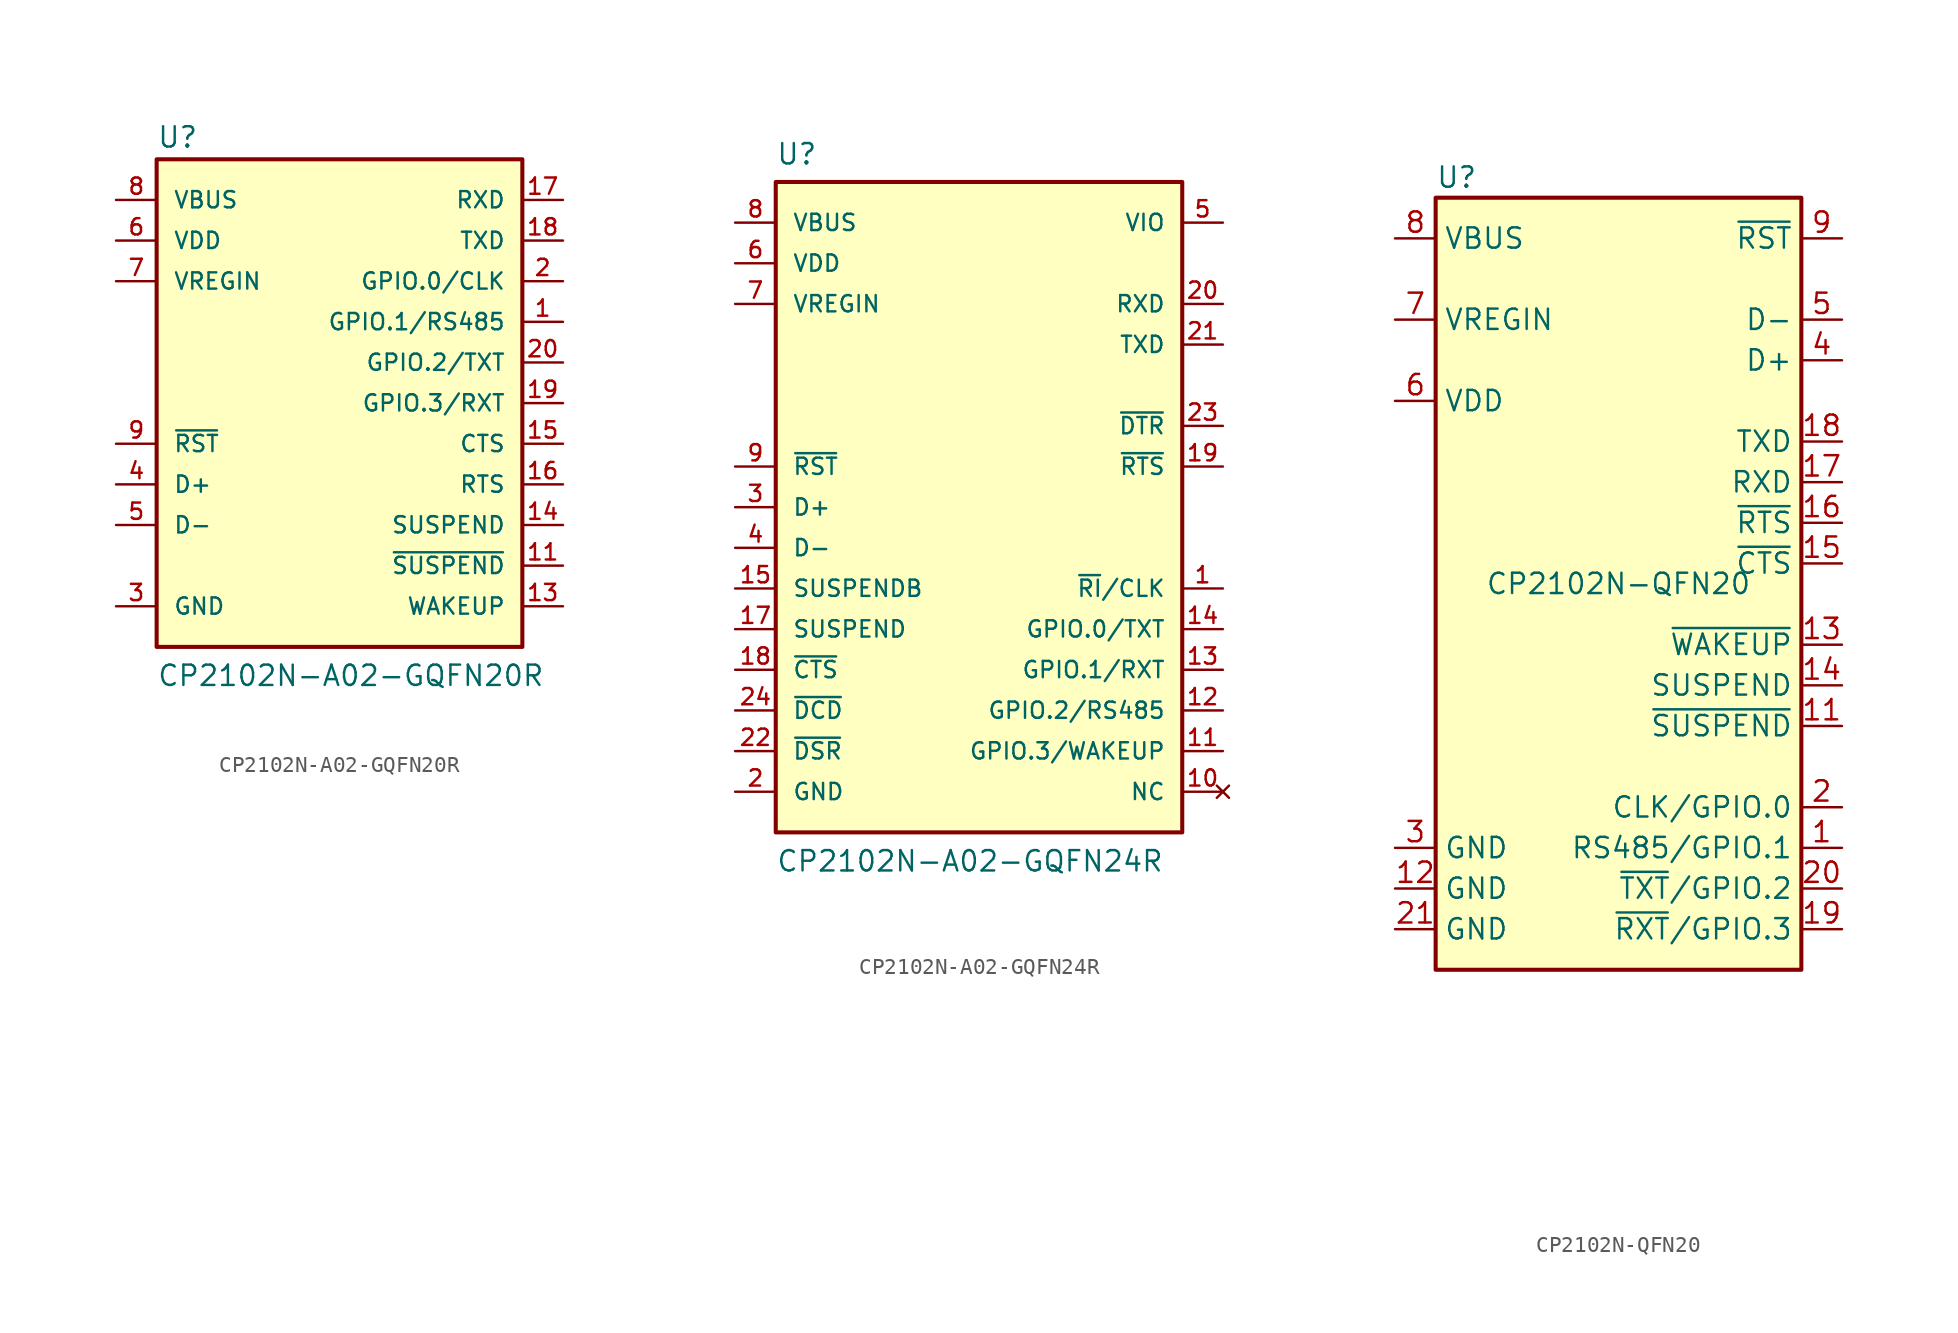
<source format=kicad_sym>
(kicad_symbol_lib
  (version 20231120)
  (generator "kicad_symbol_editor")
  (generator_version "8.0")
  (symbol "CP2102N-A02-GQFN20R"
    (pin_names
      (offset 1.016))
    (property "Reference" "U"
      (at -11.43 17.145 0)
      (do_not_autoplace)
      (effects (font (size 1.27 1.27)) (justify left bottom)))
    (property "Value" "CP2102N-A02-GQFN20R"
      (at -11.43 -16.51 0)
      (do_not_autoplace)
      (effects (font (size 1.27 1.27)) (justify left bottom)))
    (symbol "CP2102N-A02-GQFN20R_0_0"
      (rectangle (start -11.43 16.51) (end 11.43 -13.97) (stroke (width 0.254) (type default)) (fill (type background)))
      (pin bidirectional line (at 13.97 6.35 180) (length 2.54) (name "GPIO.1/RS485" (effects (font (size 1.016 1.016)))) (number "1" (effects (font (size 1.016 1.016)))))
      (pin output line (at 13.97 -8.89 180) (length 2.54) (name "~{SUSPEND}" (effects (font (size 1.016 1.016)))) (number "11" (effects (font (size 1.016 1.016)))))
      (pin power_in line (at -13.97 -11.43 0) (length 2.54) hide (name "GND" (effects (font (size 1.016 1.016)))) (number "12" (effects (font (size 1.016 1.016)))))
      (pin input line (at 13.97 -11.43 180) (length 2.54) (name "WAKEUP" (effects (font (size 1.016 1.016)))) (number "13" (effects (font (size 1.016 1.016)))))
      (pin output line (at 13.97 -6.35 180) (length 2.54) (name "SUSPEND" (effects (font (size 1.016 1.016)))) (number "14" (effects (font (size 1.016 1.016)))))
      (pin input line (at 13.97 -1.27 180) (length 2.54) (name "CTS" (effects (font (size 1.016 1.016)))) (number "15" (effects (font (size 1.016 1.016)))))
      (pin output line (at 13.97 -3.81 180) (length 2.54) (name "RTS" (effects (font (size 1.016 1.016)))) (number "16" (effects (font (size 1.016 1.016)))))
      (pin input line (at 13.97 13.97 180) (length 2.54) (name "RXD" (effects (font (size 1.016 1.016)))) (number "17" (effects (font (size 1.016 1.016)))))
      (pin output line (at 13.97 11.43 180) (length 2.54) (name "TXD" (effects (font (size 1.016 1.016)))) (number "18" (effects (font (size 1.016 1.016)))))
      (pin bidirectional line (at 13.97 1.27 180) (length 2.54) (name "GPIO.3/RXT" (effects (font (size 1.016 1.016)))) (number "19" (effects (font (size 1.016 1.016)))))
      (pin bidirectional line (at 13.97 8.89 180) (length 2.54) (name "GPIO.0/CLK" (effects (font (size 1.016 1.016)))) (number "2" (effects (font (size 1.016 1.016)))))
      (pin bidirectional line (at 13.97 3.81 180) (length 2.54) (name "GPIO.2/TXT" (effects (font (size 1.016 1.016)))) (number "20" (effects (font (size 1.016 1.016)))))
      (pin power_in line (at -13.97 -11.43 0) (length 2.54) hide (name "GND" (effects (font (size 1.016 1.016)))) (number "21" (effects (font (size 1.016 1.016)))))
      (pin power_in line (at -13.97 -11.43 0) (length 2.54) (name "GND" (effects (font (size 1.016 1.016)))) (number "3" (effects (font (size 1.016 1.016)))))
      (pin bidirectional line (at -13.97 -3.81 0) (length 2.54) (name "D+" (effects (font (size 1.016 1.016)))) (number "4" (effects (font (size 1.016 1.016)))))
      (pin bidirectional line (at -13.97 -6.35 0) (length 2.54) (name "D-" (effects (font (size 1.016 1.016)))) (number "5" (effects (font (size 1.016 1.016)))))
      (pin power_in line (at -13.97 11.43 0) (length 2.54) (name "VDD" (effects (font (size 1.016 1.016)))) (number "6" (effects (font (size 1.016 1.016)))))
      (pin power_in line (at -13.97 8.89 0) (length 2.54) (name "VREGIN" (effects (font (size 1.016 1.016)))) (number "7" (effects (font (size 1.016 1.016)))))
      (pin power_in line (at -13.97 13.97 0) (length 2.54) (name "VBUS" (effects (font (size 1.016 1.016)))) (number "8" (effects (font (size 1.016 1.016)))))
      (pin input line (at -13.97 -1.27 0) (length 2.54) (name "~{RST}" (effects (font (size 1.016 1.016)))) (number "9" (effects (font (size 1.016 1.016)))))))
  (symbol "CP2102N-A02-GQFN24R"
    (pin_names
      (offset 1.016))
    (property "Reference" "U"
      (at -12.7 21.32 0)
      (do_not_autoplace)
      (effects (font (size 1.27 1.27)) (justify left bottom)))
    (property "Value" "CP2102N-A02-GQFN24R"
      (at -12.7 -22.86 0)
      (do_not_autoplace)
      (effects (font (size 1.27 1.27)) (justify left bottom)))
    (symbol "CP2102N-A02-GQFN24R_0_0"
      (rectangle (start -12.7 20.32) (end 12.7 -20.32) (stroke (width 0.254) (type default)) (fill (type background)))
      (pin bidirectional line (at 15.24 -5.08 180) (length 2.54) (name "~{RI}/CLK" (effects (font (size 1.016 1.016)))) (number "1" (effects (font (size 1.016 1.016)))))
      (pin no_connect line (at 15.24 -17.78 180) (length 2.54) (name "NC" (effects (font (size 1.016 1.016)))) (number "10" (effects (font (size 1.016 1.016)))))
      (pin bidirectional line (at 15.24 -15.24 180) (length 2.54) (name "GPIO.3/WAKEUP" (effects (font (size 1.016 1.016)))) (number "11" (effects (font (size 1.016 1.016)))))
      (pin bidirectional line (at 15.24 -12.7 180) (length 2.54) (name "GPIO.2/RS485" (effects (font (size 1.016 1.016)))) (number "12" (effects (font (size 1.016 1.016)))))
      (pin bidirectional line (at 15.24 -10.16 180) (length 2.54) (name "GPIO.1/RXT" (effects (font (size 1.016 1.016)))) (number "13" (effects (font (size 1.016 1.016)))))
      (pin bidirectional line (at 15.24 -7.62 180) (length 2.54) (name "GPIO.0/TXT" (effects (font (size 1.016 1.016)))) (number "14" (effects (font (size 1.016 1.016)))))
      (pin output line (at -15.24 -5.08 0) (length 2.54) (name "SUSPENDB" (effects (font (size 1.016 1.016)))) (number "15" (effects (font (size 1.016 1.016)))))
      (pin no_connect line (at 15.24 -17.78 180) (length 2.54) hide (name "NC" (effects (font (size 1.016 1.016)))) (number "16" (effects (font (size 1.016 1.016)))))
      (pin output line (at -15.24 -7.62 0) (length 2.54) (name "SUSPEND" (effects (font (size 1.016 1.016)))) (number "17" (effects (font (size 1.016 1.016)))))
      (pin input line (at -15.24 -10.16 0) (length 2.54) (name "~{CTS}" (effects (font (size 1.016 1.016)))) (number "18" (effects (font (size 1.016 1.016)))))
      (pin output line (at 15.24 2.54 180) (length 2.54) (name "~{RTS}" (effects (font (size 1.016 1.016)))) (number "19" (effects (font (size 1.016 1.016)))))
      (pin power_in line (at -15.24 -17.78 0) (length 2.54) (name "GND" (effects (font (size 1.016 1.016)))) (number "2" (effects (font (size 1.016 1.016)))))
      (pin input line (at 15.24 12.7 180) (length 2.54) (name "RXD" (effects (font (size 1.016 1.016)))) (number "20" (effects (font (size 1.016 1.016)))))
      (pin output line (at 15.24 10.16 180) (length 2.54) (name "TXD" (effects (font (size 1.016 1.016)))) (number "21" (effects (font (size 1.016 1.016)))))
      (pin input line (at -15.24 -15.24 0) (length 2.54) (name "~{DSR}" (effects (font (size 1.016 1.016)))) (number "22" (effects (font (size 1.016 1.016)))))
      (pin output line (at 15.24 5.08 180) (length 2.54) (name "~{DTR}" (effects (font (size 1.016 1.016)))) (number "23" (effects (font (size 1.016 1.016)))))
      (pin input line (at -15.24 -12.7 0) (length 2.54) (name "~{DCD}" (effects (font (size 1.016 1.016)))) (number "24" (effects (font (size 1.016 1.016)))))
      (pin power_in line (at -15.24 -17.78 0) (length 2.54) hide (name "GND" (effects (font (size 1.016 1.016)))) (number "25" (effects (font (size 1.016 1.016)))))
      (pin bidirectional line (at -15.24 0 0) (length 2.54) (name "D+" (effects (font (size 1.016 1.016)))) (number "3" (effects (font (size 1.016 1.016)))))
      (pin bidirectional line (at -15.24 -2.54 0) (length 2.54) (name "D-" (effects (font (size 1.016 1.016)))) (number "4" (effects (font (size 1.016 1.016)))))
      (pin power_in line (at 15.24 17.78 180) (length 2.54) (name "VIO" (effects (font (size 1.016 1.016)))) (number "5" (effects (font (size 1.016 1.016)))))
      (pin power_in line (at -15.24 15.24 0) (length 2.54) (name "VDD" (effects (font (size 1.016 1.016)))) (number "6" (effects (font (size 1.016 1.016)))))
      (pin input line (at -15.24 12.7 0) (length 2.54) (name "VREGIN" (effects (font (size 1.016 1.016)))) (number "7" (effects (font (size 1.016 1.016)))))
      (pin input line (at -15.24 17.78 0) (length 2.54) (name "VBUS" (effects (font (size 1.016 1.016)))) (number "8" (effects (font (size 1.016 1.016)))))
      (pin bidirectional line (at -15.24 2.54 0) (length 2.54) (name "~{RST}" (effects (font (size 1.016 1.016)))) (number "9" (effects (font (size 1.016 1.016)))))))
  (symbol "CP2102N-QFN20"
    (property "Reference" "U"
      (at -11.43 25.4 0)
      (effects (font (size 1.27 1.27)) (justify left)))
    (property "Value" "CP2102N-QFN20"
      (at 0 0 0)
      (effects (font (size 1.27 1.27))))
    (symbol "CP2102N-QFN20_0_1"
      (rectangle (start -11.43 24.13) (end 11.43 -24.13) (stroke (width 0.254) (type default)) (fill (type background))))
    (symbol "CP2102N-QFN20_1_1"
      (pin bidirectional line (at 13.97 -16.51 180) (length 2.54) (name "RS485/GPIO.1" (effects (font (size 1.27 1.27)))) (number "1" (effects (font (size 1.27 1.27)))))
      (pin no_connect line (at 0 -34.29 0) (length 2.54) hide (name "NC" (effects (font (size 1.27 1.27)))) (number "10" (effects (font (size 1.27 1.27)))))
      (pin output line (at 13.97 -8.89 180) (length 2.54) (name "~{SUSPEND}" (effects (font (size 1.27 1.27)))) (number "11" (effects (font (size 1.27 1.27)))))
      (pin power_in line (at -13.97 -19.05 0) (length 2.54) (name "GND" (effects (font (size 1.27 1.27)))) (number "12" (effects (font (size 1.27 1.27)))))
      (pin input line (at 13.97 -3.81 180) (length 2.54) (name "~{WAKEUP}" (effects (font (size 1.27 1.27)))) (number "13" (effects (font (size 1.27 1.27)))))
      (pin output line (at 13.97 -6.35 180) (length 2.54) (name "SUSPEND" (effects (font (size 1.27 1.27)))) (number "14" (effects (font (size 1.27 1.27)))))
      (pin input line (at 13.97 1.27 180) (length 2.54) (name "~{CTS}" (effects (font (size 1.27 1.27)))) (number "15" (effects (font (size 1.27 1.27)))))
      (pin output line (at 13.97 3.81 180) (length 2.54) (name "~{RTS}" (effects (font (size 1.27 1.27)))) (number "16" (effects (font (size 1.27 1.27)))))
      (pin input line (at 13.97 6.35 180) (length 2.54) (name "RXD" (effects (font (size 1.27 1.27)))) (number "17" (effects (font (size 1.27 1.27)))))
      (pin output line (at 13.97 8.89 180) (length 2.54) (name "TXD" (effects (font (size 1.27 1.27)))) (number "18" (effects (font (size 1.27 1.27)))))
      (pin bidirectional line (at 13.97 -21.59 180) (length 2.54) (name "~{RXT}/GPIO.3" (effects (font (size 1.27 1.27)))) (number "19" (effects (font (size 1.27 1.27)))))
      (pin bidirectional line (at 13.97 -13.97 180) (length 2.54) (name "CLK/GPIO.0" (effects (font (size 1.27 1.27)))) (number "2" (effects (font (size 1.27 1.27)))))
      (pin bidirectional line (at 13.97 -19.05 180) (length 2.54) (name "~{TXT}/GPIO.2" (effects (font (size 1.27 1.27)))) (number "20" (effects (font (size 1.27 1.27)))))
      (pin power_in line (at -13.97 -21.59 0) (length 2.54) (name "GND" (effects (font (size 1.27 1.27)))) (number "21" (effects (font (size 1.27 1.27)))))
      (pin power_in line (at -13.97 -16.51 0) (length 2.54) (name "GND" (effects (font (size 1.27 1.27)))) (number "3" (effects (font (size 1.27 1.27)))))
      (pin bidirectional line (at 13.97 13.97 180) (length 2.54) (name "D+" (effects (font (size 1.27 1.27)))) (number "4" (effects (font (size 1.27 1.27)))))
      (pin bidirectional line (at 13.97 16.51 180) (length 2.54) (name "D-" (effects (font (size 1.27 1.27)))) (number "5" (effects (font (size 1.27 1.27)))))
      (pin power_in line (at -13.97 11.43 0) (length 2.54) (name "VDD" (effects (font (size 1.27 1.27)))) (number "6" (effects (font (size 1.27 1.27)))))
      (pin power_in line (at -13.97 16.51 0) (length 2.54) (name "VREGIN" (effects (font (size 1.27 1.27)))) (number "7" (effects (font (size 1.27 1.27)))))
      (pin power_in line (at -13.97 21.59 0) (length 2.54) (name "VBUS" (effects (font (size 1.27 1.27)))) (number "8" (effects (font (size 1.27 1.27)))))
      (pin input line (at 13.97 21.59 180) (length 2.54) (name "~{RST}" (effects (font (size 1.27 1.27)))) (number "9" (effects (font (size 1.27 1.27))))))))
</source>
